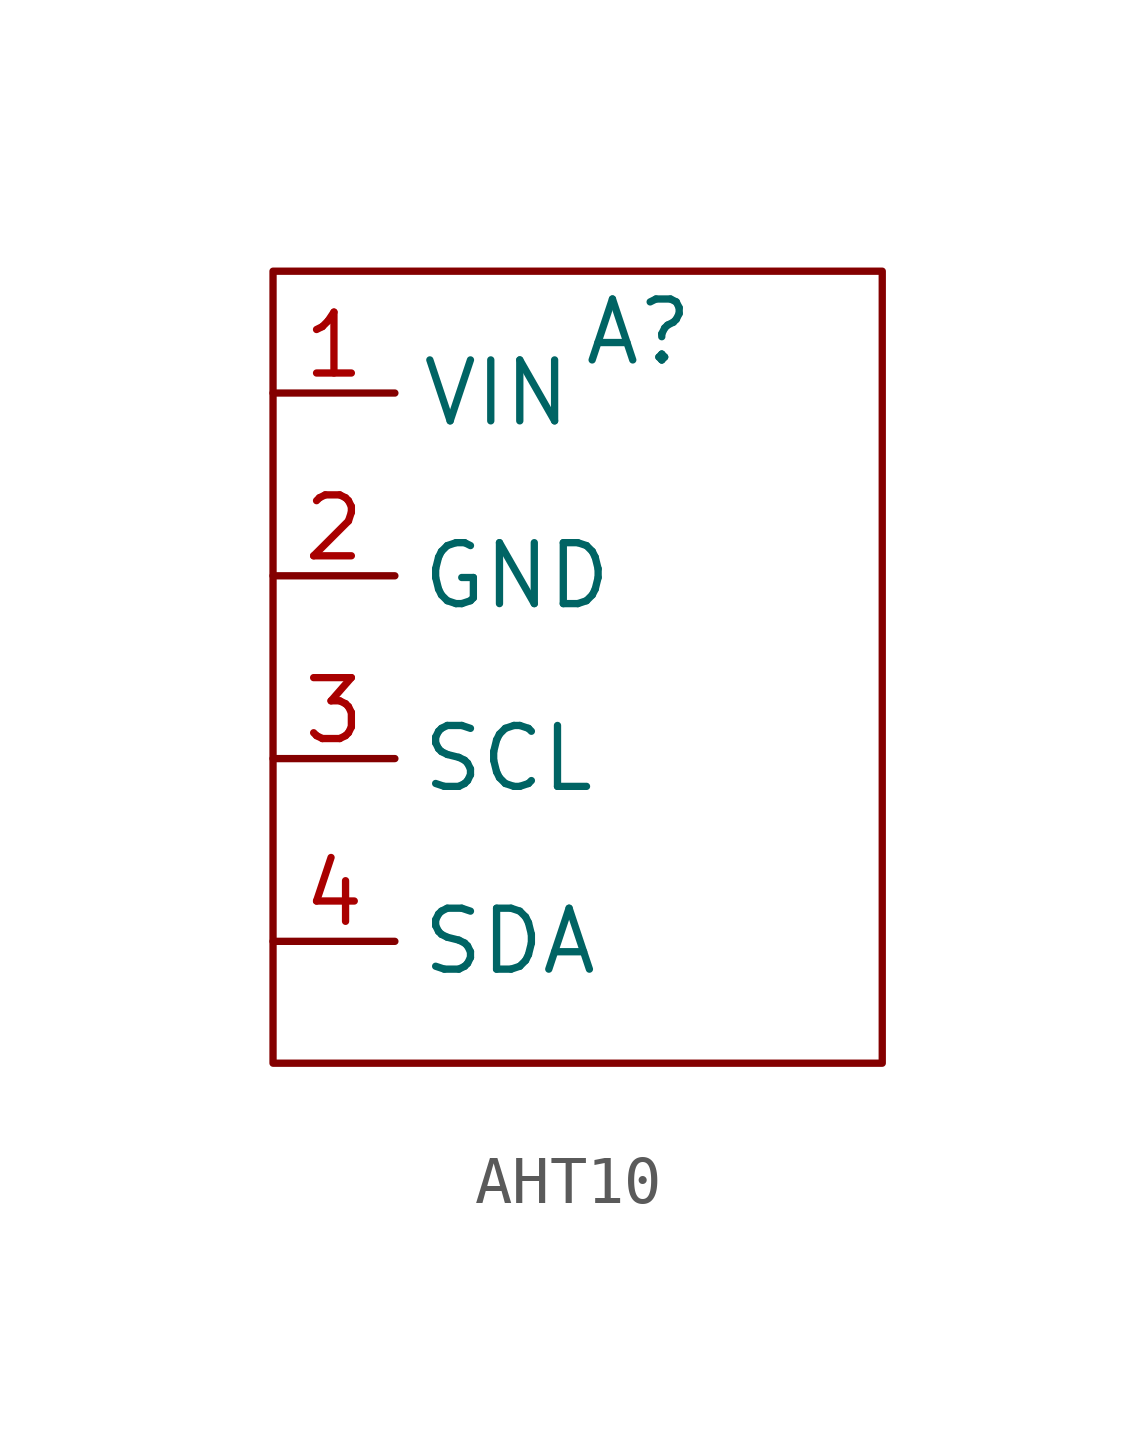
<source format=kicad_sym>
(kicad_symbol_lib
  (version 20220914)
  (generator kicad_symbol_editor)
  (symbol "AHT10"
    (property "Reference" "A"
      (at 0 0 0)
      (effects (font (size 1.27 1.27))))
    (property "Value" ""
      (at 0 0 0)
      (effects (font (size 1.27 1.27))))
    (symbol "AHT10_0_1"
      (rectangle (start -7.62 1.27) (end 5.08 -15.24) (stroke (width 0) (type default)) (fill (type none))))
    (symbol "AHT10_1_1"
      (pin power_in line (at -7.62 -1.27 0) (length 2.54) (name "VIN" (effects (font (size 1.27 1.27)))) (number "1" (effects (font (size 1.27 1.27)))))
      (pin power_in line (at -7.62 -5.08 0) (length 2.54) (name "GND" (effects (font (size 1.27 1.27)))) (number "2" (effects (font (size 1.27 1.27)))))
      (pin output line (at -7.62 -8.89 0) (length 2.54) (name "SCL" (effects (font (size 1.27 1.27)))) (number "3" (effects (font (size 1.27 1.27)))))
      (pin output line (at -7.62 -12.7 0) (length 2.54) (name "SDA" (effects (font (size 1.27 1.27)))) (number "4" (effects (font (size 1.27 1.27))))))))
</source>
